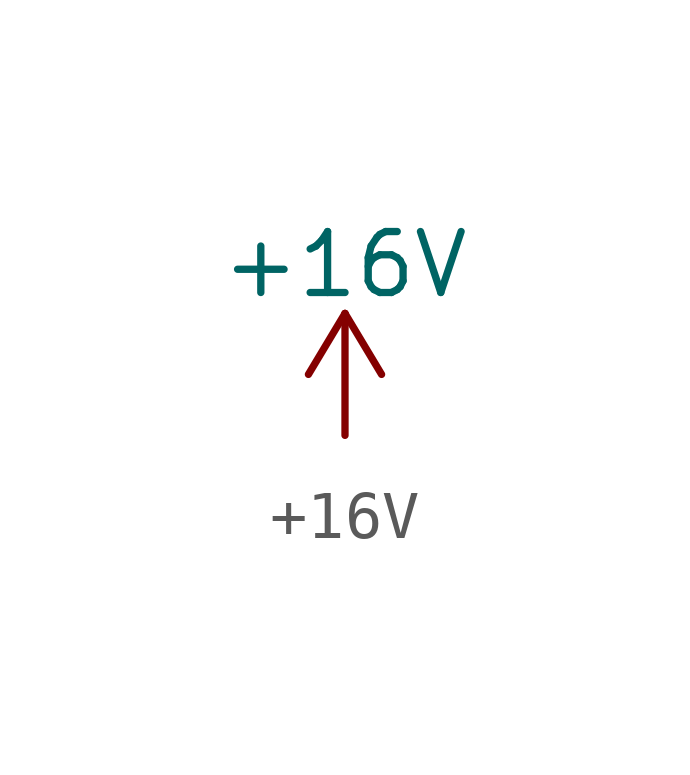
<source format=kicad_sym>
(kicad_symbol_lib
  (version 20220914)
  (generator kicad_symbol_editor)
  (symbol "+16V"
    (power)
    (pin_names
      (offset 0))
    (property "Reference" "#PWR"
      (at 0 2.54 0)
      (effects (font (size 1.27 1.27)) hide))
    (property "Value" "+16V"
      (at 0 3.556 0)
      (effects (font (size 1.27 1.27))))
    (symbol "+16V_0_1"
      (polyline (pts (xy -0.762 1.27) (xy 0 2.54)) (stroke (width 0) (type default)) (fill (type none)))
      (polyline (pts (xy 0 0) (xy 0 2.54)) (stroke (width 0) (type default)) (fill (type none)))
      (polyline (pts (xy 0 2.54) (xy 0.762 1.27)) (stroke (width 0) (type default)) (fill (type none))))
    (symbol "+16V_1_1"
      (pin power_in line (at 0 0 90) (length 0) hide (name "+16V" (effects (font (size 1.27 1.27)))) (number "1" (effects (font (size 1.27 1.27))))))))
</source>
